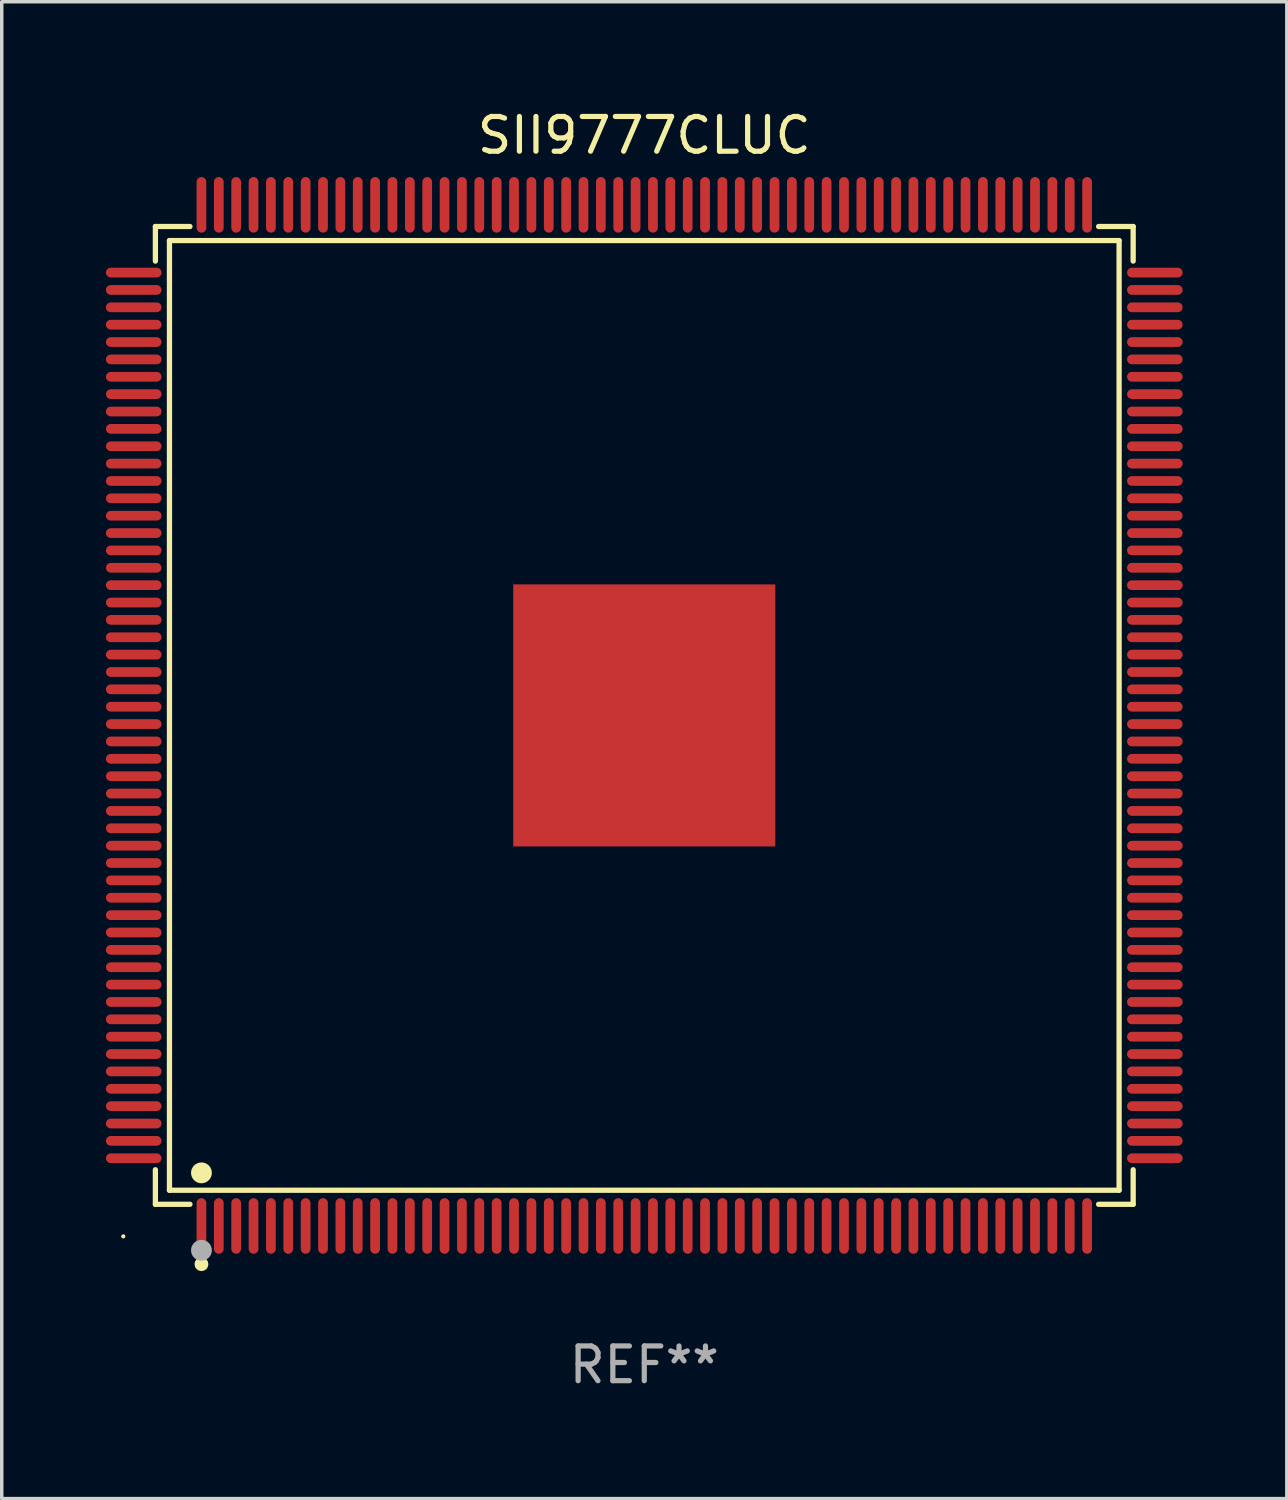
<source format=kicad_pcb>
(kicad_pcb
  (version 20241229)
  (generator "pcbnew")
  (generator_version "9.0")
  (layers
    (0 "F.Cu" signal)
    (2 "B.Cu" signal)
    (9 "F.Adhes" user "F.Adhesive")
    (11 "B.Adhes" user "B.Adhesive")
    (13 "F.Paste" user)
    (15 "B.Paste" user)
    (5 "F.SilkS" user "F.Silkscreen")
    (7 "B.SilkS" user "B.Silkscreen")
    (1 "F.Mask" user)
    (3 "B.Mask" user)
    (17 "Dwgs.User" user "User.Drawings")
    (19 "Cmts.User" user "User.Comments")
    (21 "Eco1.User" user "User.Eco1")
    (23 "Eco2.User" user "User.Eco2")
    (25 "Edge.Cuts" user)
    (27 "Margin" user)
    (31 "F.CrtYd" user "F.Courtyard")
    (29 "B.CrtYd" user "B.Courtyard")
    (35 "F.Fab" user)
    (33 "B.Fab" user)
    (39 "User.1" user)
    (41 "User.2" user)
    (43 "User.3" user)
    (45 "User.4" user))
  (footprint "SII9777CLUC"
    (layer "F.Cu")
    (at 15.5 17.548)
    (property "Reference" "SII9777CLUC" (at 0 -16.7 0) (layer "F.SilkS") (effects (font (size 1 1) (thickness 0.15))))
    (attr through_hole)
    (fp_line (start -14.076 -14.076) (end -13.081 -14.076) (stroke (width 0.152) (type solid)) (layer "F.SilkS"))
    (fp_line (start -14.076 -13.081) (end -14.076 -14.076) (stroke (width 0.152) (type solid)) (layer "F.SilkS"))
    (fp_line (start -14.076 13.081) (end -14.076 14.076) (stroke (width 0.152) (type solid)) (layer "F.SilkS"))
    (fp_line (start -14.076 14.076) (end -13.081 14.076) (stroke (width 0.152) (type solid)) (layer "F.SilkS"))
    (fp_line (start -13.671 -13.671) (end 13.671 -13.671) (stroke (width 0.152) (type solid)) (layer "F.SilkS"))
    (fp_line (start -13.671 13.671) (end -13.671 -13.671) (stroke (width 0.152) (type solid)) (layer "F.SilkS"))
    (fp_line (start 13.671 -13.671) (end 13.671 13.671) (stroke (width 0.152) (type solid)) (layer "F.SilkS"))
    (fp_line (start 13.671 13.671) (end -13.671 13.671) (stroke (width 0.152) (type solid)) (layer "F.SilkS"))
    (fp_line (start 14.076 -14.076) (end 13.081 -14.076) (stroke (width 0.152) (type solid)) (layer "F.SilkS"))
    (fp_line (start 14.076 -13.081) (end 14.076 -14.076) (stroke (width 0.152) (type solid)) (layer "F.SilkS"))
    (fp_line (start 14.076 13.081) (end 14.076 14.076) (stroke (width 0.152) (type solid)) (layer "F.SilkS"))
    (fp_line (start 14.076 14.076) (end 13.081 14.076) (stroke (width 0.152) (type solid)) (layer "F.SilkS"))
    (fp_circle (center -15 15) (end -14.97 15) (stroke (width 0.06) (type solid)) (fill no) (layer "F.SilkS"))
    (fp_circle (center -12.75 13.171) (end -12.6 13.171) (stroke (width 0.3) (type solid)) (fill no) (layer "F.SilkS"))
    (fp_circle (center -12.75 15.8) (end -12.65 15.8) (stroke (width 0.2) (type solid)) (fill no) (layer "F.SilkS"))
    (fp_circle (center -12.75 15.4) (end -12.6 15.4) (stroke (width 0.3) (type solid)) (fill no) (layer "F.Fab"))
    (fp_text user "REF**" (at 0 18.7 0) (layer "F.Fab") (effects (font (size 1 1) (thickness 0.15))))
    (pad "1" smd oval (at -12.75 14.7) (size 0.28 1.6) (layers "F.Cu" "F.Mask" "F.Paste"))
    (pad "2" smd oval (at -12.25 14.7) (size 0.28 1.6) (layers "F.Cu" "F.Mask" "F.Paste"))
    (pad "3" smd oval (at -11.75 14.7) (size 0.28 1.6) (layers "F.Cu" "F.Mask" "F.Paste"))
    (pad "4" smd oval (at -11.25 14.7) (size 0.28 1.6) (layers "F.Cu" "F.Mask" "F.Paste"))
    (pad "5" smd oval (at -10.75 14.7) (size 0.28 1.6) (layers "F.Cu" "F.Mask" "F.Paste"))
    (pad "6" smd oval (at -10.25 14.7) (size 0.28 1.6) (layers "F.Cu" "F.Mask" "F.Paste"))
    (pad "7" smd oval (at -9.75 14.7) (size 0.28 1.6) (layers "F.Cu" "F.Mask" "F.Paste"))
    (pad "8" smd oval (at -9.25 14.7) (size 0.28 1.6) (layers "F.Cu" "F.Mask" "F.Paste"))
    (pad "9" smd oval (at -8.75 14.7) (size 0.28 1.6) (layers "F.Cu" "F.Mask" "F.Paste"))
    (pad "10" smd oval (at -8.25 14.7) (size 0.28 1.6) (layers "F.Cu" "F.Mask" "F.Paste"))
    (pad "11" smd oval (at -7.75 14.7) (size 0.28 1.6) (layers "F.Cu" "F.Mask" "F.Paste"))
    (pad "12" smd oval (at -7.25 14.7) (size 0.28 1.6) (layers "F.Cu" "F.Mask" "F.Paste"))
    (pad "13" smd oval (at -6.75 14.7) (size 0.28 1.6) (layers "F.Cu" "F.Mask" "F.Paste"))
    (pad "14" smd oval (at -6.25 14.7) (size 0.28 1.6) (layers "F.Cu" "F.Mask" "F.Paste"))
    (pad "15" smd oval (at -5.75 14.7) (size 0.28 1.6) (layers "F.Cu" "F.Mask" "F.Paste"))
    (pad "16" smd oval (at -5.25 14.7) (size 0.28 1.6) (layers "F.Cu" "F.Mask" "F.Paste"))
    (pad "17" smd oval (at -4.75 14.7) (size 0.28 1.6) (layers "F.Cu" "F.Mask" "F.Paste"))
    (pad "18" smd oval (at -4.25 14.7) (size 0.28 1.6) (layers "F.Cu" "F.Mask" "F.Paste"))
    (pad "19" smd oval (at -3.75 14.7) (size 0.28 1.6) (layers "F.Cu" "F.Mask" "F.Paste"))
    (pad "20" smd oval (at -3.25 14.7) (size 0.28 1.6) (layers "F.Cu" "F.Mask" "F.Paste"))
    (pad "21" smd oval (at -2.75 14.7) (size 0.28 1.6) (layers "F.Cu" "F.Mask" "F.Paste"))
    (pad "22" smd oval (at -2.25 14.7) (size 0.28 1.6) (layers "F.Cu" "F.Mask" "F.Paste"))
    (pad "23" smd oval (at -1.75 14.7) (size 0.28 1.6) (layers "F.Cu" "F.Mask" "F.Paste"))
    (pad "24" smd oval (at -1.25 14.7) (size 0.28 1.6) (layers "F.Cu" "F.Mask" "F.Paste"))
    (pad "25" smd oval (at -0.75 14.7) (size 0.28 1.6) (layers "F.Cu" "F.Mask" "F.Paste"))
    (pad "26" smd oval (at -0.25 14.7) (size 0.28 1.6) (layers "F.Cu" "F.Mask" "F.Paste"))
    (pad "27" smd oval (at 0.25 14.7) (size 0.28 1.6) (layers "F.Cu" "F.Mask" "F.Paste"))
    (pad "28" smd oval (at 0.75 14.7) (size 0.28 1.6) (layers "F.Cu" "F.Mask" "F.Paste"))
    (pad "29" smd oval (at 1.25 14.7) (size 0.28 1.6) (layers "F.Cu" "F.Mask" "F.Paste"))
    (pad "30" smd oval (at 1.75 14.7) (size 0.28 1.6) (layers "F.Cu" "F.Mask" "F.Paste"))
    (pad "31" smd oval (at 2.25 14.7) (size 0.28 1.6) (layers "F.Cu" "F.Mask" "F.Paste"))
    (pad "32" smd oval (at 2.75 14.7) (size 0.28 1.6) (layers "F.Cu" "F.Mask" "F.Paste"))
    (pad "33" smd oval (at 3.25 14.7) (size 0.28 1.6) (layers "F.Cu" "F.Mask" "F.Paste"))
    (pad "34" smd oval (at 3.75 14.7) (size 0.28 1.6) (layers "F.Cu" "F.Mask" "F.Paste"))
    (pad "35" smd oval (at 4.25 14.7) (size 0.28 1.6) (layers "F.Cu" "F.Mask" "F.Paste"))
    (pad "36" smd oval (at 4.75 14.7) (size 0.28 1.6) (layers "F.Cu" "F.Mask" "F.Paste"))
    (pad "37" smd oval (at 5.25 14.7) (size 0.28 1.6) (layers "F.Cu" "F.Mask" "F.Paste"))
    (pad "38" smd oval (at 5.75 14.7) (size 0.28 1.6) (layers "F.Cu" "F.Mask" "F.Paste"))
    (pad "39" smd oval (at 6.25 14.7) (size 0.28 1.6) (layers "F.Cu" "F.Mask" "F.Paste"))
    (pad "40" smd oval (at 6.75 14.7) (size 0.28 1.6) (layers "F.Cu" "F.Mask" "F.Paste"))
    (pad "41" smd oval (at 7.25 14.7) (size 0.28 1.6) (layers "F.Cu" "F.Mask" "F.Paste"))
    (pad "42" smd oval (at 7.75 14.7) (size 0.28 1.6) (layers "F.Cu" "F.Mask" "F.Paste"))
    (pad "43" smd oval (at 8.25 14.7) (size 0.28 1.6) (layers "F.Cu" "F.Mask" "F.Paste"))
    (pad "44" smd oval (at 8.75 14.7) (size 0.28 1.6) (layers "F.Cu" "F.Mask" "F.Paste"))
    (pad "45" smd oval (at 9.25 14.7) (size 0.28 1.6) (layers "F.Cu" "F.Mask" "F.Paste"))
    (pad "46" smd oval (at 9.75 14.7) (size 0.28 1.6) (layers "F.Cu" "F.Mask" "F.Paste"))
    (pad "47" smd oval (at 10.25 14.7) (size 0.28 1.6) (layers "F.Cu" "F.Mask" "F.Paste"))
    (pad "48" smd oval (at 10.75 14.7) (size 0.28 1.6) (layers "F.Cu" "F.Mask" "F.Paste"))
    (pad "49" smd oval (at 11.25 14.7) (size 0.28 1.6) (layers "F.Cu" "F.Mask" "F.Paste"))
    (pad "50" smd oval (at 11.75 14.7) (size 0.28 1.6) (layers "F.Cu" "F.Mask" "F.Paste"))
    (pad "51" smd oval (at 12.25 14.7) (size 0.28 1.6) (layers "F.Cu" "F.Mask" "F.Paste"))
    (pad "52" smd oval (at 12.75 14.7) (size 0.28 1.6) (layers "F.Cu" "F.Mask" "F.Paste"))
    (pad "53" smd oval (at 14.7 12.75) (size 1.6 0.28) (layers "F.Cu" "F.Mask" "F.Paste"))
    (pad "54" smd oval (at 14.7 12.25) (size 1.6 0.28) (layers "F.Cu" "F.Mask" "F.Paste"))
    (pad "55" smd oval (at 14.7 11.75) (size 1.6 0.28) (layers "F.Cu" "F.Mask" "F.Paste"))
    (pad "56" smd oval (at 14.7 11.25) (size 1.6 0.28) (layers "F.Cu" "F.Mask" "F.Paste"))
    (pad "57" smd oval (at 14.7 10.75) (size 1.6 0.28) (layers "F.Cu" "F.Mask" "F.Paste"))
    (pad "58" smd oval (at 14.7 10.25) (size 1.6 0.28) (layers "F.Cu" "F.Mask" "F.Paste"))
    (pad "59" smd oval (at 14.7 9.75) (size 1.6 0.28) (layers "F.Cu" "F.Mask" "F.Paste"))
    (pad "60" smd oval (at 14.7 9.25) (size 1.6 0.28) (layers "F.Cu" "F.Mask" "F.Paste"))
    (pad "61" smd oval (at 14.7 8.75) (size 1.6 0.28) (layers "F.Cu" "F.Mask" "F.Paste"))
    (pad "62" smd oval (at 14.7 8.25) (size 1.6 0.28) (layers "F.Cu" "F.Mask" "F.Paste"))
    (pad "63" smd oval (at 14.7 7.75) (size 1.6 0.28) (layers "F.Cu" "F.Mask" "F.Paste"))
    (pad "64" smd oval (at 14.7 7.25) (size 1.6 0.28) (layers "F.Cu" "F.Mask" "F.Paste"))
    (pad "65" smd oval (at 14.7 6.75) (size 1.6 0.28) (layers "F.Cu" "F.Mask" "F.Paste"))
    (pad "66" smd oval (at 14.7 6.25) (size 1.6 0.28) (layers "F.Cu" "F.Mask" "F.Paste"))
    (pad "67" smd oval (at 14.7 5.75) (size 1.6 0.28) (layers "F.Cu" "F.Mask" "F.Paste"))
    (pad "68" smd oval (at 14.7 5.25) (size 1.6 0.28) (layers "F.Cu" "F.Mask" "F.Paste"))
    (pad "69" smd oval (at 14.7 4.75) (size 1.6 0.28) (layers "F.Cu" "F.Mask" "F.Paste"))
    (pad "70" smd oval (at 14.7 4.25) (size 1.6 0.28) (layers "F.Cu" "F.Mask" "F.Paste"))
    (pad "71" smd oval (at 14.7 3.75) (size 1.6 0.28) (layers "F.Cu" "F.Mask" "F.Paste"))
    (pad "72" smd oval (at 14.7 3.25) (size 1.6 0.28) (layers "F.Cu" "F.Mask" "F.Paste"))
    (pad "73" smd oval (at 14.7 2.75) (size 1.6 0.28) (layers "F.Cu" "F.Mask" "F.Paste"))
    (pad "74" smd oval (at 14.7 2.25) (size 1.6 0.28) (layers "F.Cu" "F.Mask" "F.Paste"))
    (pad "75" smd oval (at 14.7 1.75) (size 1.6 0.28) (layers "F.Cu" "F.Mask" "F.Paste"))
    (pad "76" smd oval (at 14.7 1.25) (size 1.6 0.28) (layers "F.Cu" "F.Mask" "F.Paste"))
    (pad "77" smd oval (at 14.7 0.75) (size 1.6 0.28) (layers "F.Cu" "F.Mask" "F.Paste"))
    (pad "78" smd oval (at 14.7 0.25) (size 1.6 0.28) (layers "F.Cu" "F.Mask" "F.Paste"))
    (pad "79" smd oval (at 14.7 -0.25) (size 1.6 0.28) (layers "F.Cu" "F.Mask" "F.Paste"))
    (pad "80" smd oval (at 14.7 -0.75) (size 1.6 0.28) (layers "F.Cu" "F.Mask" "F.Paste"))
    (pad "81" smd oval (at 14.7 -1.25) (size 1.6 0.28) (layers "F.Cu" "F.Mask" "F.Paste"))
    (pad "82" smd oval (at 14.7 -1.75) (size 1.6 0.28) (layers "F.Cu" "F.Mask" "F.Paste"))
    (pad "83" smd oval (at 14.7 -2.25) (size 1.6 0.28) (layers "F.Cu" "F.Mask" "F.Paste"))
    (pad "84" smd oval (at 14.7 -2.75) (size 1.6 0.28) (layers "F.Cu" "F.Mask" "F.Paste"))
    (pad "85" smd oval (at 14.7 -3.25) (size 1.6 0.28) (layers "F.Cu" "F.Mask" "F.Paste"))
    (pad "86" smd oval (at 14.7 -3.75) (size 1.6 0.28) (layers "F.Cu" "F.Mask" "F.Paste"))
    (pad "87" smd oval (at 14.7 -4.25) (size 1.6 0.28) (layers "F.Cu" "F.Mask" "F.Paste"))
    (pad "88" smd oval (at 14.7 -4.75) (size 1.6 0.28) (layers "F.Cu" "F.Mask" "F.Paste"))
    (pad "89" smd oval (at 14.7 -5.25) (size 1.6 0.28) (layers "F.Cu" "F.Mask" "F.Paste"))
    (pad "90" smd oval (at 14.7 -5.75) (size 1.6 0.28) (layers "F.Cu" "F.Mask" "F.Paste"))
    (pad "91" smd oval (at 14.7 -6.25) (size 1.6 0.28) (layers "F.Cu" "F.Mask" "F.Paste"))
    (pad "92" smd oval (at 14.7 -6.75) (size 1.6 0.28) (layers "F.Cu" "F.Mask" "F.Paste"))
    (pad "93" smd oval (at 14.7 -7.25) (size 1.6 0.28) (layers "F.Cu" "F.Mask" "F.Paste"))
    (pad "94" smd oval (at 14.7 -7.75) (size 1.6 0.28) (layers "F.Cu" "F.Mask" "F.Paste"))
    (pad "95" smd oval (at 14.7 -8.25) (size 1.6 0.28) (layers "F.Cu" "F.Mask" "F.Paste"))
    (pad "96" smd oval (at 14.7 -8.75) (size 1.6 0.28) (layers "F.Cu" "F.Mask" "F.Paste"))
    (pad "97" smd oval (at 14.7 -9.25) (size 1.6 0.28) (layers "F.Cu" "F.Mask" "F.Paste"))
    (pad "98" smd oval (at 14.7 -9.75) (size 1.6 0.28) (layers "F.Cu" "F.Mask" "F.Paste"))
    (pad "99" smd oval (at 14.7 -10.25) (size 1.6 0.28) (layers "F.Cu" "F.Mask" "F.Paste"))
    (pad "100" smd oval (at 14.7 -10.75) (size 1.6 0.28) (layers "F.Cu" "F.Mask" "F.Paste"))
    (pad "101" smd oval (at 14.7 -11.25) (size 1.6 0.28) (layers "F.Cu" "F.Mask" "F.Paste"))
    (pad "102" smd oval (at 14.7 -11.75) (size 1.6 0.28) (layers "F.Cu" "F.Mask" "F.Paste"))
    (pad "103" smd oval (at 14.7 -12.25) (size 1.6 0.28) (layers "F.Cu" "F.Mask" "F.Paste"))
    (pad "104" smd oval (at 14.7 -12.75) (size 1.6 0.28) (layers "F.Cu" "F.Mask" "F.Paste"))
    (pad "105" smd oval (at 12.75 -14.7) (size 0.28 1.6) (layers "F.Cu" "F.Mask" "F.Paste"))
    (pad "106" smd oval (at 12.25 -14.7) (size 0.28 1.6) (layers "F.Cu" "F.Mask" "F.Paste"))
    (pad "107" smd oval (at 11.75 -14.7) (size 0.28 1.6) (layers "F.Cu" "F.Mask" "F.Paste"))
    (pad "108" smd oval (at 11.25 -14.7) (size 0.28 1.6) (layers "F.Cu" "F.Mask" "F.Paste"))
    (pad "109" smd oval (at 10.75 -14.7) (size 0.28 1.6) (layers "F.Cu" "F.Mask" "F.Paste"))
    (pad "110" smd oval (at 10.25 -14.7) (size 0.28 1.6) (layers "F.Cu" "F.Mask" "F.Paste"))
    (pad "111" smd oval (at 9.75 -14.7) (size 0.28 1.6) (layers "F.Cu" "F.Mask" "F.Paste"))
    (pad "112" smd oval (at 9.25 -14.7) (size 0.28 1.6) (layers "F.Cu" "F.Mask" "F.Paste"))
    (pad "113" smd oval (at 8.75 -14.7) (size 0.28 1.6) (layers "F.Cu" "F.Mask" "F.Paste"))
    (pad "114" smd oval (at 8.25 -14.7) (size 0.28 1.6) (layers "F.Cu" "F.Mask" "F.Paste"))
    (pad "115" smd oval (at 7.75 -14.7) (size 0.28 1.6) (layers "F.Cu" "F.Mask" "F.Paste"))
    (pad "116" smd oval (at 7.25 -14.7) (size 0.28 1.6) (layers "F.Cu" "F.Mask" "F.Paste"))
    (pad "117" smd oval (at 6.75 -14.7) (size 0.28 1.6) (layers "F.Cu" "F.Mask" "F.Paste"))
    (pad "118" smd oval (at 6.25 -14.7) (size 0.28 1.6) (layers "F.Cu" "F.Mask" "F.Paste"))
    (pad "119" smd oval (at 5.75 -14.7) (size 0.28 1.6) (layers "F.Cu" "F.Mask" "F.Paste"))
    (pad "120" smd oval (at 5.25 -14.7) (size 0.28 1.6) (layers "F.Cu" "F.Mask" "F.Paste"))
    (pad "121" smd oval (at 4.75 -14.7) (size 0.28 1.6) (layers "F.Cu" "F.Mask" "F.Paste"))
    (pad "122" smd oval (at 4.25 -14.7) (size 0.28 1.6) (layers "F.Cu" "F.Mask" "F.Paste"))
    (pad "123" smd oval (at 3.75 -14.7) (size 0.28 1.6) (layers "F.Cu" "F.Mask" "F.Paste"))
    (pad "124" smd oval (at 3.25 -14.7) (size 0.28 1.6) (layers "F.Cu" "F.Mask" "F.Paste"))
    (pad "125" smd oval (at 2.75 -14.7) (size 0.28 1.6) (layers "F.Cu" "F.Mask" "F.Paste"))
    (pad "126" smd oval (at 2.25 -14.7) (size 0.28 1.6) (layers "F.Cu" "F.Mask" "F.Paste"))
    (pad "127" smd oval (at 1.75 -14.7) (size 0.28 1.6) (layers "F.Cu" "F.Mask" "F.Paste"))
    (pad "128" smd oval (at 1.25 -14.7) (size 0.28 1.6) (layers "F.Cu" "F.Mask" "F.Paste"))
    (pad "129" smd oval (at 0.75 -14.7) (size 0.28 1.6) (layers "F.Cu" "F.Mask" "F.Paste"))
    (pad "130" smd oval (at 0.25 -14.7) (size 0.28 1.6) (layers "F.Cu" "F.Mask" "F.Paste"))
    (pad "131" smd oval (at -0.25 -14.7) (size 0.28 1.6) (layers "F.Cu" "F.Mask" "F.Paste"))
    (pad "132" smd oval (at -0.75 -14.7) (size 0.28 1.6) (layers "F.Cu" "F.Mask" "F.Paste"))
    (pad "133" smd oval (at -1.25 -14.7) (size 0.28 1.6) (layers "F.Cu" "F.Mask" "F.Paste"))
    (pad "134" smd oval (at -1.75 -14.7) (size 0.28 1.6) (layers "F.Cu" "F.Mask" "F.Paste"))
    (pad "135" smd oval (at -2.25 -14.7) (size 0.28 1.6) (layers "F.Cu" "F.Mask" "F.Paste"))
    (pad "136" smd oval (at -2.75 -14.7) (size 0.28 1.6) (layers "F.Cu" "F.Mask" "F.Paste"))
    (pad "137" smd oval (at -3.25 -14.7) (size 0.28 1.6) (layers "F.Cu" "F.Mask" "F.Paste"))
    (pad "138" smd oval (at -3.75 -14.7) (size 0.28 1.6) (layers "F.Cu" "F.Mask" "F.Paste"))
    (pad "139" smd oval (at -4.25 -14.7) (size 0.28 1.6) (layers "F.Cu" "F.Mask" "F.Paste"))
    (pad "140" smd oval (at -4.75 -14.7) (size 0.28 1.6) (layers "F.Cu" "F.Mask" "F.Paste"))
    (pad "141" smd oval (at -5.25 -14.7) (size 0.28 1.6) (layers "F.Cu" "F.Mask" "F.Paste"))
    (pad "142" smd oval (at -5.75 -14.7) (size 0.28 1.6) (layers "F.Cu" "F.Mask" "F.Paste"))
    (pad "143" smd oval (at -6.25 -14.7) (size 0.28 1.6) (layers "F.Cu" "F.Mask" "F.Paste"))
    (pad "144" smd oval (at -6.75 -14.7) (size 0.28 1.6) (layers "F.Cu" "F.Mask" "F.Paste"))
    (pad "145" smd oval (at -7.25 -14.7) (size 0.28 1.6) (layers "F.Cu" "F.Mask" "F.Paste"))
    (pad "146" smd oval (at -7.75 -14.7) (size 0.28 1.6) (layers "F.Cu" "F.Mask" "F.Paste"))
    (pad "147" smd oval (at -8.25 -14.7) (size 0.28 1.6) (layers "F.Cu" "F.Mask" "F.Paste"))
    (pad "148" smd oval (at -8.75 -14.7) (size 0.28 1.6) (layers "F.Cu" "F.Mask" "F.Paste"))
    (pad "149" smd oval (at -9.25 -14.7) (size 0.28 1.6) (layers "F.Cu" "F.Mask" "F.Paste"))
    (pad "150" smd oval (at -9.75 -14.7) (size 0.28 1.6) (layers "F.Cu" "F.Mask" "F.Paste"))
    (pad "151" smd oval (at -10.25 -14.7) (size 0.28 1.6) (layers "F.Cu" "F.Mask" "F.Paste"))
    (pad "152" smd oval (at -10.75 -14.7) (size 0.28 1.6) (layers "F.Cu" "F.Mask" "F.Paste"))
    (pad "153" smd oval (at -11.25 -14.7) (size 0.28 1.6) (layers "F.Cu" "F.Mask" "F.Paste"))
    (pad "154" smd oval (at -11.75 -14.7) (size 0.28 1.6) (layers "F.Cu" "F.Mask" "F.Paste"))
    (pad "155" smd oval (at -12.25 -14.7) (size 0.28 1.6) (layers "F.Cu" "F.Mask" "F.Paste"))
    (pad "156" smd oval (at -12.75 -14.7) (size 0.28 1.6) (layers "F.Cu" "F.Mask" "F.Paste"))
    (pad "157" smd oval (at -14.7 -12.75) (size 1.6 0.28) (layers "F.Cu" "F.Mask" "F.Paste"))
    (pad "158" smd oval (at -14.7 -12.25) (size 1.6 0.28) (layers "F.Cu" "F.Mask" "F.Paste"))
    (pad "159" smd oval (at -14.7 -11.75) (size 1.6 0.28) (layers "F.Cu" "F.Mask" "F.Paste"))
    (pad "160" smd oval (at -14.7 -11.25) (size 1.6 0.28) (layers "F.Cu" "F.Mask" "F.Paste"))
    (pad "161" smd oval (at -14.7 -10.75) (size 1.6 0.28) (layers "F.Cu" "F.Mask" "F.Paste"))
    (pad "162" smd oval (at -14.7 -10.25) (size 1.6 0.28) (layers "F.Cu" "F.Mask" "F.Paste"))
    (pad "163" smd oval (at -14.7 -9.75) (size 1.6 0.28) (layers "F.Cu" "F.Mask" "F.Paste"))
    (pad "164" smd oval (at -14.7 -9.25) (size 1.6 0.28) (layers "F.Cu" "F.Mask" "F.Paste"))
    (pad "165" smd oval (at -14.7 -8.75) (size 1.6 0.28) (layers "F.Cu" "F.Mask" "F.Paste"))
    (pad "166" smd oval (at -14.7 -8.25) (size 1.6 0.28) (layers "F.Cu" "F.Mask" "F.Paste"))
    (pad "167" smd oval (at -14.7 -7.75) (size 1.6 0.28) (layers "F.Cu" "F.Mask" "F.Paste"))
    (pad "168" smd oval (at -14.7 -7.25) (size 1.6 0.28) (layers "F.Cu" "F.Mask" "F.Paste"))
    (pad "169" smd oval (at -14.7 -6.75) (size 1.6 0.28) (layers "F.Cu" "F.Mask" "F.Paste"))
    (pad "170" smd oval (at -14.7 -6.25) (size 1.6 0.28) (layers "F.Cu" "F.Mask" "F.Paste"))
    (pad "171" smd oval (at -14.7 -5.75) (size 1.6 0.28) (layers "F.Cu" "F.Mask" "F.Paste"))
    (pad "172" smd oval (at -14.7 -5.25) (size 1.6 0.28) (layers "F.Cu" "F.Mask" "F.Paste"))
    (pad "173" smd oval (at -14.7 -4.75) (size 1.6 0.28) (layers "F.Cu" "F.Mask" "F.Paste"))
    (pad "174" smd oval (at -14.7 -4.25) (size 1.6 0.28) (layers "F.Cu" "F.Mask" "F.Paste"))
    (pad "175" smd oval (at -14.7 -3.75) (size 1.6 0.28) (layers "F.Cu" "F.Mask" "F.Paste"))
    (pad "176" smd oval (at -14.7 -3.25) (size 1.6 0.28) (layers "F.Cu" "F.Mask" "F.Paste"))
    (pad "177" smd oval (at -14.7 -2.75) (size 1.6 0.28) (layers "F.Cu" "F.Mask" "F.Paste"))
    (pad "178" smd oval (at -14.7 -2.25) (size 1.6 0.28) (layers "F.Cu" "F.Mask" "F.Paste"))
    (pad "179" smd oval (at -14.7 -1.75) (size 1.6 0.28) (layers "F.Cu" "F.Mask" "F.Paste"))
    (pad "180" smd oval (at -14.7 -1.25) (size 1.6 0.28) (layers "F.Cu" "F.Mask" "F.Paste"))
    (pad "181" smd oval (at -14.7 -0.75) (size 1.6 0.28) (layers "F.Cu" "F.Mask" "F.Paste"))
    (pad "182" smd oval (at -14.7 -0.25) (size 1.6 0.28) (layers "F.Cu" "F.Mask" "F.Paste"))
    (pad "183" smd oval (at -14.7 0.25) (size 1.6 0.28) (layers "F.Cu" "F.Mask" "F.Paste"))
    (pad "184" smd oval (at -14.7 0.75) (size 1.6 0.28) (layers "F.Cu" "F.Mask" "F.Paste"))
    (pad "185" smd oval (at -14.7 1.25) (size 1.6 0.28) (layers "F.Cu" "F.Mask" "F.Paste"))
    (pad "186" smd oval (at -14.7 1.75) (size 1.6 0.28) (layers "F.Cu" "F.Mask" "F.Paste"))
    (pad "187" smd oval (at -14.7 2.25) (size 1.6 0.28) (layers "F.Cu" "F.Mask" "F.Paste"))
    (pad "188" smd oval (at -14.7 2.75) (size 1.6 0.28) (layers "F.Cu" "F.Mask" "F.Paste"))
    (pad "189" smd oval (at -14.7 3.25) (size 1.6 0.28) (layers "F.Cu" "F.Mask" "F.Paste"))
    (pad "190" smd oval (at -14.7 3.75) (size 1.6 0.28) (layers "F.Cu" "F.Mask" "F.Paste"))
    (pad "191" smd oval (at -14.7 4.25) (size 1.6 0.28) (layers "F.Cu" "F.Mask" "F.Paste"))
    (pad "192" smd oval (at -14.7 4.75) (size 1.6 0.28) (layers "F.Cu" "F.Mask" "F.Paste"))
    (pad "193" smd oval (at -14.7 5.25) (size 1.6 0.28) (layers "F.Cu" "F.Mask" "F.Paste"))
    (pad "194" smd oval (at -14.7 5.75) (size 1.6 0.28) (layers "F.Cu" "F.Mask" "F.Paste"))
    (pad "195" smd oval (at -14.7 6.25) (size 1.6 0.28) (layers "F.Cu" "F.Mask" "F.Paste"))
    (pad "196" smd oval (at -14.7 6.75) (size 1.6 0.28) (layers "F.Cu" "F.Mask" "F.Paste"))
    (pad "197" smd oval (at -14.7 7.25) (size 1.6 0.28) (layers "F.Cu" "F.Mask" "F.Paste"))
    (pad "198" smd oval (at -14.7 7.75) (size 1.6 0.28) (layers "F.Cu" "F.Mask" "F.Paste"))
    (pad "199" smd oval (at -14.7 8.25) (size 1.6 0.28) (layers "F.Cu" "F.Mask" "F.Paste"))
    (pad "200" smd oval (at -14.7 8.75) (size 1.6 0.28) (layers "F.Cu" "F.Mask" "F.Paste"))
    (pad "201" smd oval (at -14.7 9.25) (size 1.6 0.28) (layers "F.Cu" "F.Mask" "F.Paste"))
    (pad "202" smd oval (at -14.7 9.75) (size 1.6 0.28) (layers "F.Cu" "F.Mask" "F.Paste"))
    (pad "203" smd oval (at -14.7 10.25) (size 1.6 0.28) (layers "F.Cu" "F.Mask" "F.Paste"))
    (pad "204" smd oval (at -14.7 10.75) (size 1.6 0.28) (layers "F.Cu" "F.Mask" "F.Paste"))
    (pad "205" smd oval (at -14.7 11.25) (size 1.6 0.28) (layers "F.Cu" "F.Mask" "F.Paste"))
    (pad "206" smd oval (at -14.7 11.75) (size 1.6 0.28) (layers "F.Cu" "F.Mask" "F.Paste"))
    (pad "207" smd oval (at -14.7 12.25) (size 1.6 0.28) (layers "F.Cu" "F.Mask" "F.Paste"))
    (pad "208" smd oval (at -14.7 12.75) (size 1.6 0.28) (layers "F.Cu" "F.Mask" "F.Paste"))
    (pad "209" smd rect (at 0 0) (size 7.545 7.545) (layers "F.Cu" "F.Mask" "F.Paste")))
  (gr_rect
    (start -3 -3)
    (end 34 40.097)
    (stroke (width 0.1) (type default))
    (fill no)
    (layer "Edge.Cuts")))
</source>
